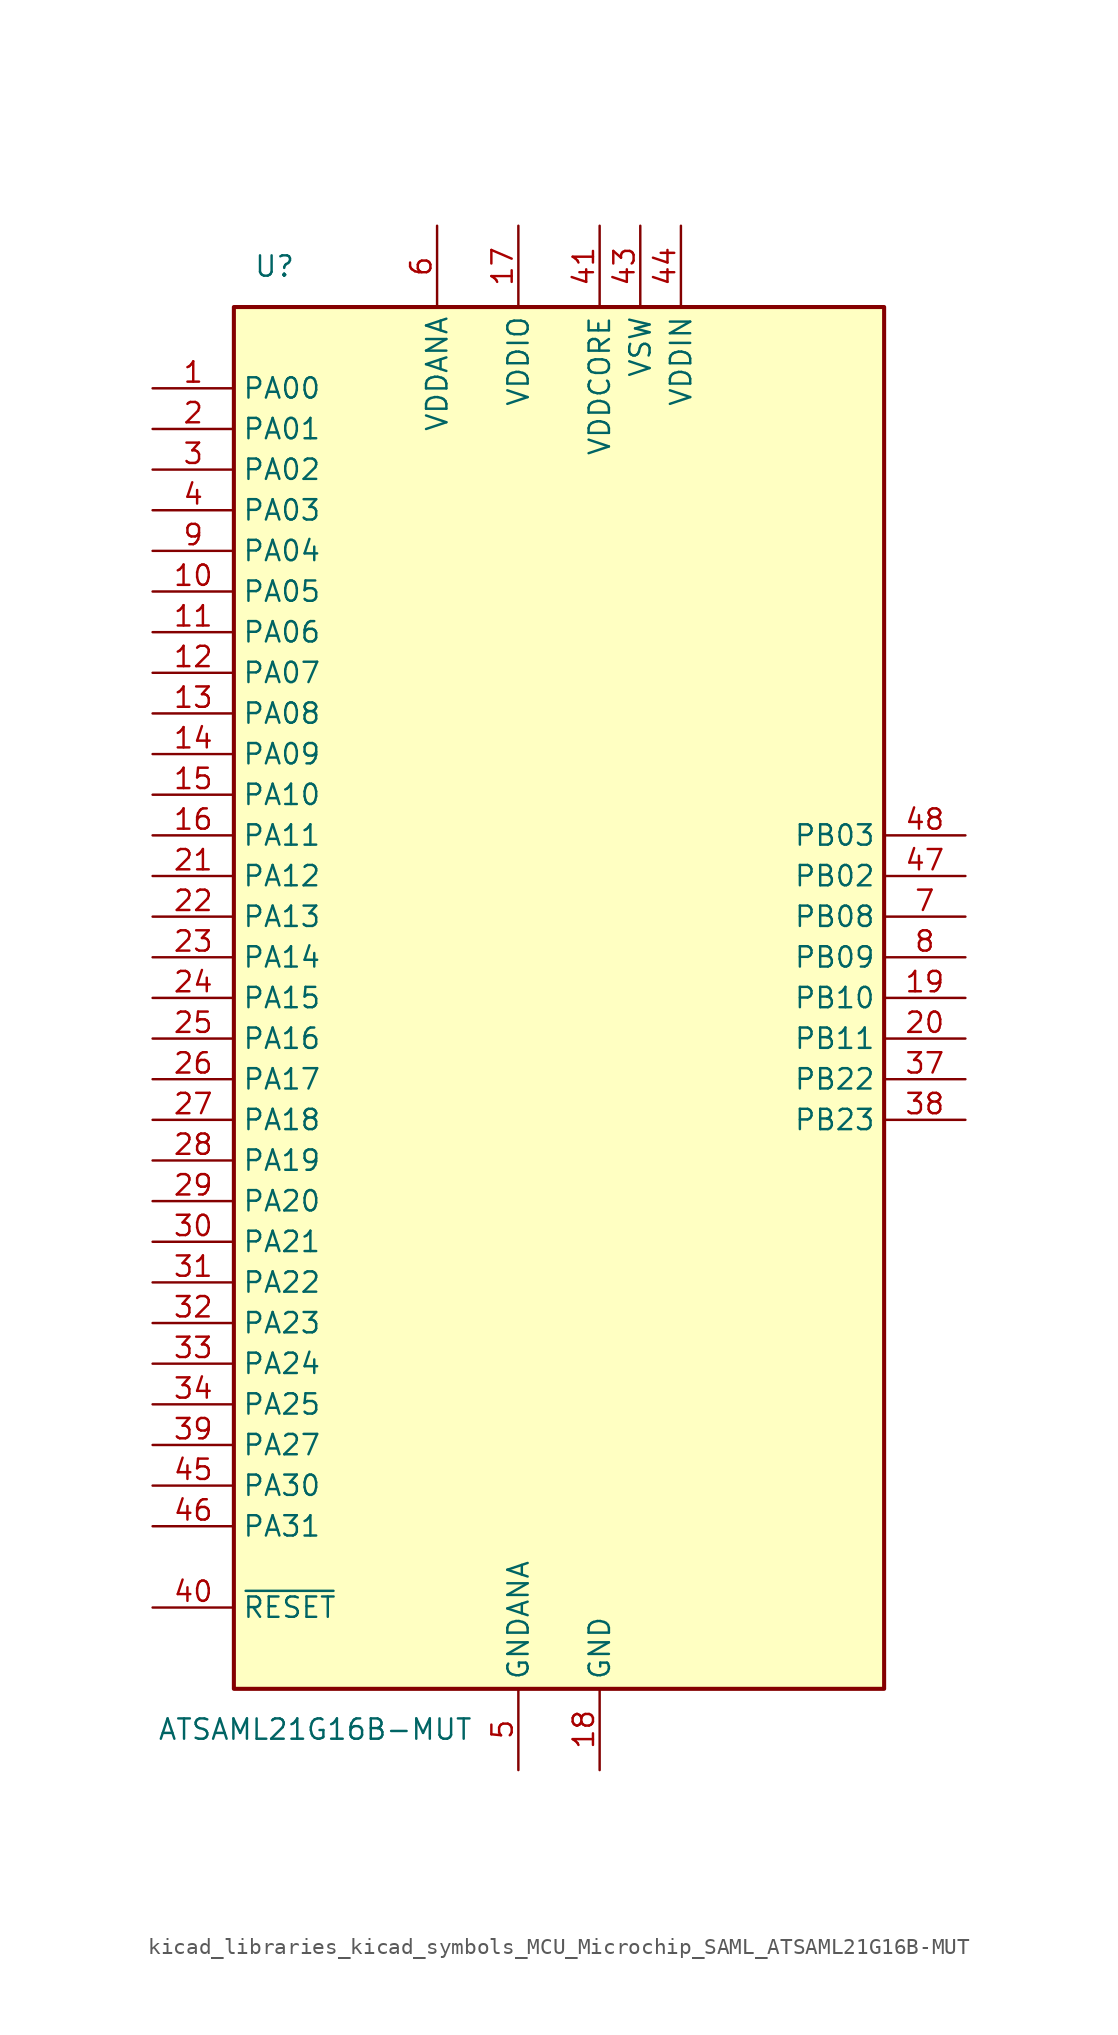
<source format=kicad_sym>
(kicad_symbol_lib
  (version 20220914)
  (generator kicad_symbol_editor)
  (symbol "kicad_libraries_kicad_symbols_MCU_Microchip_SAML_ATSAML21G16B-MUT"
    (property "Reference" "U"
      (at -17.78 45.72 0)
      (effects (font (size 1.27 1.27))))
    (property "Value" "ATSAML21G16B-MUT"
      (at -15.24 -45.72 0)
      (effects (font (size 1.27 1.27))))
    (symbol "kicad_libraries_kicad_symbols_MCU_Microchip_SAML_ATSAML21G16B-MUT_0_1"
      (rectangle (start -20.32 43.18) (end 20.32 -43.18) (stroke (width 0.254) (type default)) (fill (type background))))
    (symbol "kicad_libraries_kicad_symbols_MCU_Microchip_SAML_ATSAML21G16B-MUT_1_1"
      (pin bidirectional line (at -25.4 38.1 0) (length 5.08) (name "PA00" (effects (font (size 1.27 1.27)))) (number "1" (effects (font (size 1.27 1.27)))))
      (pin bidirectional line (at -25.4 25.4 0) (length 5.08) (name "PA05" (effects (font (size 1.27 1.27)))) (number "10" (effects (font (size 1.27 1.27)))))
      (pin bidirectional line (at -25.4 22.86 0) (length 5.08) (name "PA06" (effects (font (size 1.27 1.27)))) (number "11" (effects (font (size 1.27 1.27)))))
      (pin bidirectional line (at -25.4 20.32 0) (length 5.08) (name "PA07" (effects (font (size 1.27 1.27)))) (number "12" (effects (font (size 1.27 1.27)))))
      (pin bidirectional line (at -25.4 17.78 0) (length 5.08) (name "PA08" (effects (font (size 1.27 1.27)))) (number "13" (effects (font (size 1.27 1.27)))))
      (pin bidirectional line (at -25.4 15.24 0) (length 5.08) (name "PA09" (effects (font (size 1.27 1.27)))) (number "14" (effects (font (size 1.27 1.27)))))
      (pin bidirectional line (at -25.4 12.7 0) (length 5.08) (name "PA10" (effects (font (size 1.27 1.27)))) (number "15" (effects (font (size 1.27 1.27)))))
      (pin bidirectional line (at -25.4 10.16 0) (length 5.08) (name "PA11" (effects (font (size 1.27 1.27)))) (number "16" (effects (font (size 1.27 1.27)))))
      (pin power_in line (at -2.54 48.26 270) (length 5.08) (name "VDDIO" (effects (font (size 1.27 1.27)))) (number "17" (effects (font (size 1.27 1.27)))))
      (pin power_in line (at 2.54 -48.26 90) (length 5.08) (name "GND" (effects (font (size 1.27 1.27)))) (number "18" (effects (font (size 1.27 1.27)))))
      (pin bidirectional line (at 25.4 0 180) (length 5.08) (name "PB10" (effects (font (size 1.27 1.27)))) (number "19" (effects (font (size 1.27 1.27)))))
      (pin bidirectional line (at -25.4 35.56 0) (length 5.08) (name "PA01" (effects (font (size 1.27 1.27)))) (number "2" (effects (font (size 1.27 1.27)))))
      (pin bidirectional line (at 25.4 -2.54 180) (length 5.08) (name "PB11" (effects (font (size 1.27 1.27)))) (number "20" (effects (font (size 1.27 1.27)))))
      (pin bidirectional line (at -25.4 7.62 0) (length 5.08) (name "PA12" (effects (font (size 1.27 1.27)))) (number "21" (effects (font (size 1.27 1.27)))))
      (pin bidirectional line (at -25.4 5.08 0) (length 5.08) (name "PA13" (effects (font (size 1.27 1.27)))) (number "22" (effects (font (size 1.27 1.27)))))
      (pin bidirectional line (at -25.4 2.54 0) (length 5.08) (name "PA14" (effects (font (size 1.27 1.27)))) (number "23" (effects (font (size 1.27 1.27)))))
      (pin bidirectional line (at -25.4 0 0) (length 5.08) (name "PA15" (effects (font (size 1.27 1.27)))) (number "24" (effects (font (size 1.27 1.27)))))
      (pin bidirectional line (at -25.4 -2.54 0) (length 5.08) (name "PA16" (effects (font (size 1.27 1.27)))) (number "25" (effects (font (size 1.27 1.27)))))
      (pin bidirectional line (at -25.4 -5.08 0) (length 5.08) (name "PA17" (effects (font (size 1.27 1.27)))) (number "26" (effects (font (size 1.27 1.27)))))
      (pin bidirectional line (at -25.4 -7.62 0) (length 5.08) (name "PA18" (effects (font (size 1.27 1.27)))) (number "27" (effects (font (size 1.27 1.27)))))
      (pin bidirectional line (at -25.4 -10.16 0) (length 5.08) (name "PA19" (effects (font (size 1.27 1.27)))) (number "28" (effects (font (size 1.27 1.27)))))
      (pin bidirectional line (at -25.4 -12.7 0) (length 5.08) (name "PA20" (effects (font (size 1.27 1.27)))) (number "29" (effects (font (size 1.27 1.27)))))
      (pin bidirectional line (at -25.4 33.02 0) (length 5.08) (name "PA02" (effects (font (size 1.27 1.27)))) (number "3" (effects (font (size 1.27 1.27)))))
      (pin bidirectional line (at -25.4 -15.24 0) (length 5.08) (name "PA21" (effects (font (size 1.27 1.27)))) (number "30" (effects (font (size 1.27 1.27)))))
      (pin bidirectional line (at -25.4 -17.78 0) (length 5.08) (name "PA22" (effects (font (size 1.27 1.27)))) (number "31" (effects (font (size 1.27 1.27)))))
      (pin bidirectional line (at -25.4 -20.32 0) (length 5.08) (name "PA23" (effects (font (size 1.27 1.27)))) (number "32" (effects (font (size 1.27 1.27)))))
      (pin bidirectional line (at -25.4 -22.86 0) (length 5.08) (name "PA24" (effects (font (size 1.27 1.27)))) (number "33" (effects (font (size 1.27 1.27)))))
      (pin bidirectional line (at -25.4 -25.4 0) (length 5.08) (name "PA25" (effects (font (size 1.27 1.27)))) (number "34" (effects (font (size 1.27 1.27)))))
      (pin passive line (at 2.54 -48.26 90) (length 5.08) hide (name "GND" (effects (font (size 1.27 1.27)))) (number "35" (effects (font (size 1.27 1.27)))))
      (pin passive line (at -2.54 48.26 270) (length 5.08) hide (name "VDDIO" (effects (font (size 1.27 1.27)))) (number "36" (effects (font (size 1.27 1.27)))))
      (pin bidirectional line (at 25.4 -5.08 180) (length 5.08) (name "PB22" (effects (font (size 1.27 1.27)))) (number "37" (effects (font (size 1.27 1.27)))))
      (pin bidirectional line (at 25.4 -7.62 180) (length 5.08) (name "PB23" (effects (font (size 1.27 1.27)))) (number "38" (effects (font (size 1.27 1.27)))))
      (pin bidirectional line (at -25.4 -27.94 0) (length 5.08) (name "PA27" (effects (font (size 1.27 1.27)))) (number "39" (effects (font (size 1.27 1.27)))))
      (pin bidirectional line (at -25.4 30.48 0) (length 5.08) (name "PA03" (effects (font (size 1.27 1.27)))) (number "4" (effects (font (size 1.27 1.27)))))
      (pin input line (at -25.4 -38.1 0) (length 5.08) (name "~{RESET}" (effects (font (size 1.27 1.27)))) (number "40" (effects (font (size 1.27 1.27)))))
      (pin power_in line (at 2.54 48.26 270) (length 5.08) (name "VDDCORE" (effects (font (size 1.27 1.27)))) (number "41" (effects (font (size 1.27 1.27)))))
      (pin passive line (at 2.54 -48.26 90) (length 5.08) hide (name "GND" (effects (font (size 1.27 1.27)))) (number "42" (effects (font (size 1.27 1.27)))))
      (pin power_out line (at 5.08 48.26 270) (length 5.08) (name "VSW" (effects (font (size 1.27 1.27)))) (number "43" (effects (font (size 1.27 1.27)))))
      (pin power_in line (at 7.62 48.26 270) (length 5.08) (name "VDDIN" (effects (font (size 1.27 1.27)))) (number "44" (effects (font (size 1.27 1.27)))))
      (pin bidirectional line (at -25.4 -30.48 0) (length 5.08) (name "PA30" (effects (font (size 1.27 1.27)))) (number "45" (effects (font (size 1.27 1.27)))))
      (pin bidirectional line (at -25.4 -33.02 0) (length 5.08) (name "PA31" (effects (font (size 1.27 1.27)))) (number "46" (effects (font (size 1.27 1.27)))))
      (pin bidirectional line (at 25.4 7.62 180) (length 5.08) (name "PB02" (effects (font (size 1.27 1.27)))) (number "47" (effects (font (size 1.27 1.27)))))
      (pin bidirectional line (at 25.4 10.16 180) (length 5.08) (name "PB03" (effects (font (size 1.27 1.27)))) (number "48" (effects (font (size 1.27 1.27)))))
      (pin power_in line (at -2.54 -48.26 90) (length 5.08) (name "GNDANA" (effects (font (size 1.27 1.27)))) (number "5" (effects (font (size 1.27 1.27)))))
      (pin power_in line (at -7.62 48.26 270) (length 5.08) (name "VDDANA" (effects (font (size 1.27 1.27)))) (number "6" (effects (font (size 1.27 1.27)))))
      (pin bidirectional line (at 25.4 5.08 180) (length 5.08) (name "PB08" (effects (font (size 1.27 1.27)))) (number "7" (effects (font (size 1.27 1.27)))))
      (pin bidirectional line (at 25.4 2.54 180) (length 5.08) (name "PB09" (effects (font (size 1.27 1.27)))) (number "8" (effects (font (size 1.27 1.27)))))
      (pin bidirectional line (at -25.4 27.94 0) (length 5.08) (name "PA04" (effects (font (size 1.27 1.27)))) (number "9" (effects (font (size 1.27 1.27))))))))
</source>
